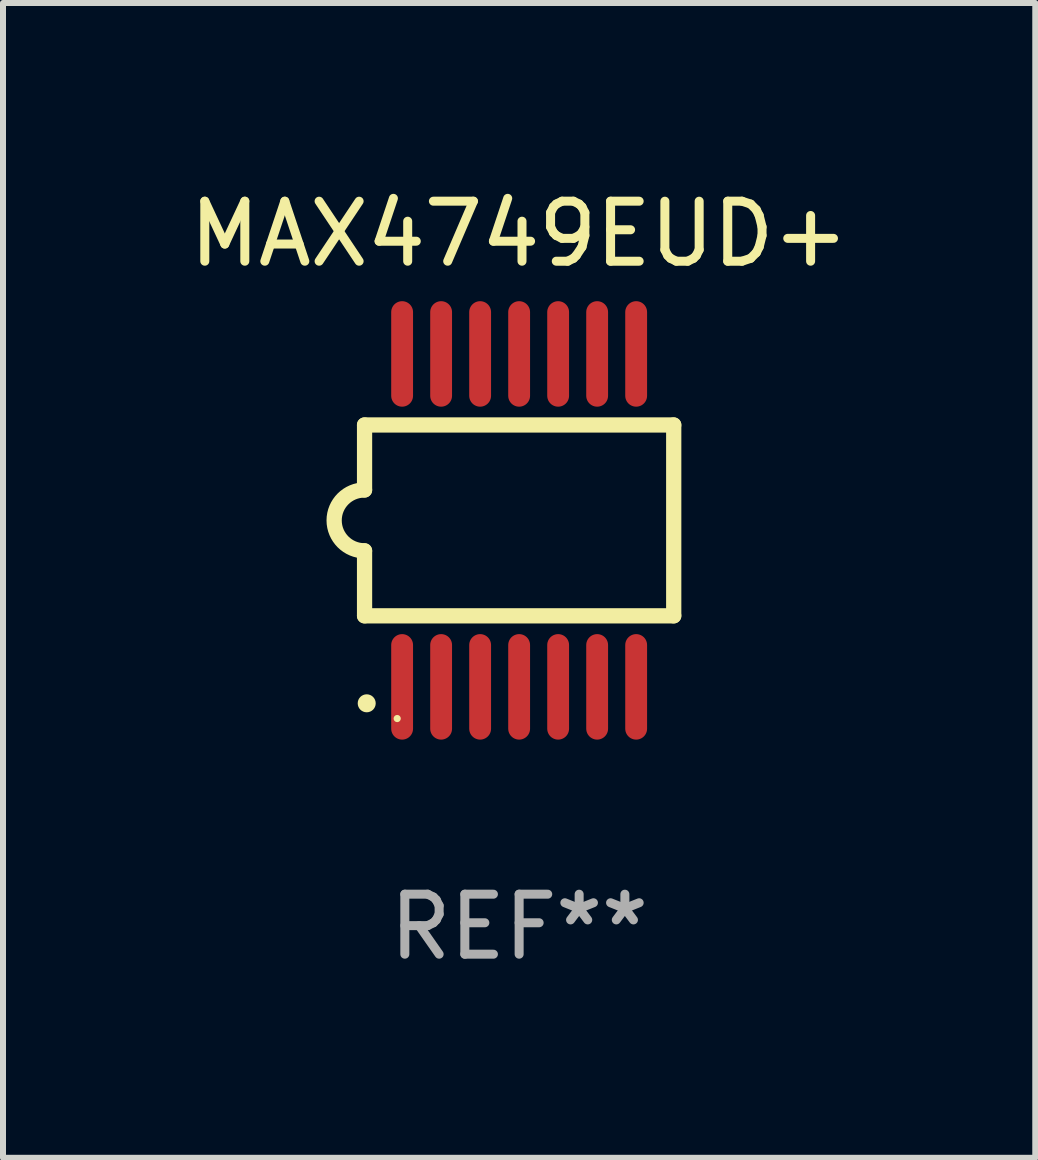
<source format=kicad_pcb>
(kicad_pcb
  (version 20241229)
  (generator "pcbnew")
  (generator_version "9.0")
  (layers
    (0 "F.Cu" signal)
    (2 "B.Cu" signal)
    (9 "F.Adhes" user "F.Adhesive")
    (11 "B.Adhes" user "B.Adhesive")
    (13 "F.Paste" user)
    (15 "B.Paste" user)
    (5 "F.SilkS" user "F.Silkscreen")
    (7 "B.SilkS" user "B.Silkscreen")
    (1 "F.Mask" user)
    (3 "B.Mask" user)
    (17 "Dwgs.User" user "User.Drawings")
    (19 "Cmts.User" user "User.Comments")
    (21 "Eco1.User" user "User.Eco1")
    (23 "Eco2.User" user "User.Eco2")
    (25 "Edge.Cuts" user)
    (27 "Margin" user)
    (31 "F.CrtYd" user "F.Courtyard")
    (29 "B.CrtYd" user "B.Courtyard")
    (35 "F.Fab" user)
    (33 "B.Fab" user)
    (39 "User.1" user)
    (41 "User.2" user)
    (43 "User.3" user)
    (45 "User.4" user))
  (footprint "MAX4749EUD+"
    (layer "F.Cu")
    (at 5.601 5.622)
    (property "Reference" "MAX4749EUD+" (at 0 -4.774 0) (layer "F.SilkS") (effects (font (size 1 1) (thickness 0.15))))
    (attr through_hole)
    (fp_line (start -2.576 -1.59) (end -2.576 -0.508) (stroke (width 0.254) (type solid)) (layer "F.SilkS"))
    (fp_line (start -2.576 -1.59) (end 2.576 -1.59) (stroke (width 0.254) (type solid)) (layer "F.SilkS"))
    (fp_line (start -2.576 1.59) (end -2.576 0.508) (stroke (width 0.254) (type solid)) (layer "F.SilkS"))
    (fp_line (start 2.576 -1.59) (end 2.576 1.59) (stroke (width 0.254) (type solid)) (layer "F.SilkS"))
    (fp_line (start 2.576 1.59) (end -2.576 1.59) (stroke (width 0.254) (type solid)) (layer "F.SilkS"))
    (fp_arc (start -2.576099 0.506706) (mid -3.081511 0) (end -2.576098 -0.506706) (stroke (width 0.254001) (type solid)) (layer "F.SilkS"))
    (fp_circle (center -2.54 3.048) (end -2.465 3.048) (stroke (width 0.15) (type solid)) (fill no) (layer "F.SilkS"))
    (fp_circle (center -2.032 3.302) (end -2.002 3.302) (stroke (width 0.06) (type solid)) (fill no) (layer "F.SilkS"))
    (fp_text user "REF**" (at 0 6.774 0) (layer "F.Fab") (effects (font (size 1 1) (thickness 0.15))))
    (pad "1" smd oval (at -1.95 2.774) (size 0.364 1.758) (layers "F.Cu" "F.Mask" "F.Paste"))
    (pad "2" smd oval (at -1.3 2.774) (size 0.364 1.758) (layers "F.Cu" "F.Mask" "F.Paste"))
    (pad "3" smd oval (at -0.65 2.774) (size 0.364 1.758) (layers "F.Cu" "F.Mask" "F.Paste"))
    (pad "4" smd oval (at 0 2.774) (size 0.364 1.758) (layers "F.Cu" "F.Mask" "F.Paste"))
    (pad "5" smd oval (at 0.65 2.774) (size 0.364 1.758) (layers "F.Cu" "F.Mask" "F.Paste"))
    (pad "6" smd oval (at 1.3 2.774) (size 0.364 1.758) (layers "F.Cu" "F.Mask" "F.Paste"))
    (pad "7" smd oval (at 1.95 2.774) (size 0.364 1.758) (layers "F.Cu" "F.Mask" "F.Paste"))
    (pad "8" smd oval (at 1.95 -2.774) (size 0.364 1.758) (layers "F.Cu" "F.Mask" "F.Paste"))
    (pad "9" smd oval (at 1.3 -2.774) (size 0.364 1.758) (layers "F.Cu" "F.Mask" "F.Paste"))
    (pad "10" smd oval (at 0.65 -2.774) (size 0.364 1.758) (layers "F.Cu" "F.Mask" "F.Paste"))
    (pad "11" smd oval (at 0 -2.774) (size 0.364 1.758) (layers "F.Cu" "F.Mask" "F.Paste"))
    (pad "12" smd oval (at -0.65 -2.774) (size 0.364 1.758) (layers "F.Cu" "F.Mask" "F.Paste"))
    (pad "13" smd oval (at -1.3 -2.774) (size 0.364 1.758) (layers "F.Cu" "F.Mask" "F.Paste"))
    (pad "14" smd oval (at -1.95 -2.774) (size 0.364 1.758) (layers "F.Cu" "F.Mask" "F.Paste")))
  (gr_rect
    (start -3 -3)
    (end 14.202 16.244)
    (stroke (width 0.1) (type default))
    (fill no)
    (layer "Edge.Cuts")))
</source>
